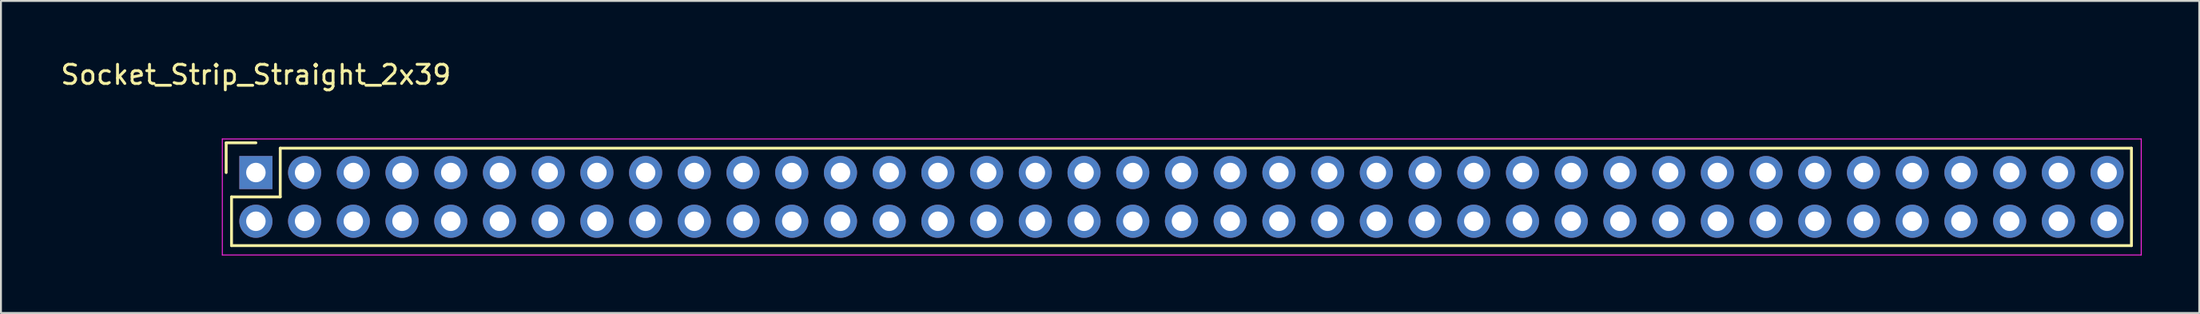
<source format=kicad_pcb>
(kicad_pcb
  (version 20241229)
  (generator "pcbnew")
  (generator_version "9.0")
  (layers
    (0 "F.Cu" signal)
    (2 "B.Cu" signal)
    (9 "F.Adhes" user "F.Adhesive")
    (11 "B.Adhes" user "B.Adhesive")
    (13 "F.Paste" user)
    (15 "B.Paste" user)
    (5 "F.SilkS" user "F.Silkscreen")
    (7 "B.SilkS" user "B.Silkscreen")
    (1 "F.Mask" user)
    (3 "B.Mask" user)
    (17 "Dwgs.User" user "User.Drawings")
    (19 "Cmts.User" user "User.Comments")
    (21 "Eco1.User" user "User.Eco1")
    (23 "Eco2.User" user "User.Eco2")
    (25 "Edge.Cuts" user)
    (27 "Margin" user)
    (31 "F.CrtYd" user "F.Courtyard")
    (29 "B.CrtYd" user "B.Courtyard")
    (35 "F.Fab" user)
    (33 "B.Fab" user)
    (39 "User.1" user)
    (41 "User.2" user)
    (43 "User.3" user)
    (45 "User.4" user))
  (footprint "Socket_Strip_Straight_2x39"
    (layer "F.Cu")
    (at 10.292 5.948)
    (property "Reference" "Socket_Strip_Straight_2x39" (at 0 -5.1 0) (layer "F.SilkS") (effects (font (size 1 1) (thickness 0.15))))
    (attr through_hole)
    (fp_line (start -1.55 -1.55) (end -1.55 0) (stroke (width 0.15) (type solid)) (layer "F.SilkS"))
    (fp_line (start -1.27 1.27) (end 1.27 1.27) (stroke (width 0.15) (type solid)) (layer "F.SilkS"))
    (fp_line (start -1.27 3.81) (end -1.27 1.27) (stroke (width 0.15) (type solid)) (layer "F.SilkS"))
    (fp_line (start -1.27 3.81) (end 97.79 3.81) (stroke (width 0.15) (type solid)) (layer "F.SilkS"))
    (fp_line (start 0 -1.55) (end -1.55 -1.55) (stroke (width 0.15) (type solid)) (layer "F.SilkS"))
    (fp_line (start 1.27 1.27) (end 1.27 -1.27) (stroke (width 0.15) (type solid)) (layer "F.SilkS"))
    (fp_line (start 97.79 -1.27) (end 1.27 -1.27) (stroke (width 0.15) (type solid)) (layer "F.SilkS"))
    (fp_line (start 97.79 3.81) (end 97.79 -1.27) (stroke (width 0.15) (type solid)) (layer "F.SilkS"))
    (fp_line (start -1.75 -1.75) (end -1.75 4.3) (stroke (width 0.05) (type solid)) (layer "F.CrtYd"))
    (fp_line (start -1.75 -1.75) (end 98.3 -1.75) (stroke (width 0.05) (type solid)) (layer "F.CrtYd"))
    (fp_line (start -1.75 4.3) (end 98.3 4.3) (stroke (width 0.05) (type solid)) (layer "F.CrtYd"))
    (fp_line (start 98.3 -1.75) (end 98.3 4.3) (stroke (width 0.05) (type solid)) (layer "F.CrtYd"))
    (pad "1" thru_hole rect (at 0 0) (size 1.727 1.727) (drill 1.016) (layers "*.Cu" "*.Mask"))
    (pad "2" thru_hole oval (at 0 2.54) (size 1.727 1.727) (drill 1.016) (layers "*.Cu" "*.Mask"))
    (pad "3" thru_hole oval (at 2.54 0) (size 1.727 1.727) (drill 1.016) (layers "*.Cu" "*.Mask"))
    (pad "4" thru_hole oval (at 2.54 2.54) (size 1.727 1.727) (drill 1.016) (layers "*.Cu" "*.Mask"))
    (pad "5" thru_hole oval (at 5.08 0) (size 1.727 1.727) (drill 1.016) (layers "*.Cu" "*.Mask"))
    (pad "6" thru_hole oval (at 5.08 2.54) (size 1.727 1.727) (drill 1.016) (layers "*.Cu" "*.Mask"))
    (pad "7" thru_hole oval (at 7.62 0) (size 1.727 1.727) (drill 1.016) (layers "*.Cu" "*.Mask"))
    (pad "8" thru_hole oval (at 7.62 2.54) (size 1.727 1.727) (drill 1.016) (layers "*.Cu" "*.Mask"))
    (pad "9" thru_hole oval (at 10.16 0) (size 1.727 1.727) (drill 1.016) (layers "*.Cu" "*.Mask"))
    (pad "10" thru_hole oval (at 10.16 2.54) (size 1.727 1.727) (drill 1.016) (layers "*.Cu" "*.Mask"))
    (pad "11" thru_hole oval (at 12.7 0) (size 1.727 1.727) (drill 1.016) (layers "*.Cu" "*.Mask"))
    (pad "12" thru_hole oval (at 12.7 2.54) (size 1.727 1.727) (drill 1.016) (layers "*.Cu" "*.Mask"))
    (pad "13" thru_hole oval (at 15.24 0) (size 1.727 1.727) (drill 1.016) (layers "*.Cu" "*.Mask"))
    (pad "14" thru_hole oval (at 15.24 2.54) (size 1.727 1.727) (drill 1.016) (layers "*.Cu" "*.Mask"))
    (pad "15" thru_hole oval (at 17.78 0) (size 1.727 1.727) (drill 1.016) (layers "*.Cu" "*.Mask"))
    (pad "16" thru_hole oval (at 17.78 2.54) (size 1.727 1.727) (drill 1.016) (layers "*.Cu" "*.Mask"))
    (pad "17" thru_hole oval (at 20.32 0) (size 1.727 1.727) (drill 1.016) (layers "*.Cu" "*.Mask"))
    (pad "18" thru_hole oval (at 20.32 2.54) (size 1.727 1.727) (drill 1.016) (layers "*.Cu" "*.Mask"))
    (pad "19" thru_hole oval (at 22.86 0) (size 1.727 1.727) (drill 1.016) (layers "*.Cu" "*.Mask"))
    (pad "20" thru_hole oval (at 22.86 2.54) (size 1.727 1.727) (drill 1.016) (layers "*.Cu" "*.Mask"))
    (pad "21" thru_hole oval (at 25.4 0) (size 1.727 1.727) (drill 1.016) (layers "*.Cu" "*.Mask"))
    (pad "22" thru_hole oval (at 25.4 2.54) (size 1.727 1.727) (drill 1.016) (layers "*.Cu" "*.Mask"))
    (pad "23" thru_hole oval (at 27.94 0) (size 1.727 1.727) (drill 1.016) (layers "*.Cu" "*.Mask"))
    (pad "24" thru_hole oval (at 27.94 2.54) (size 1.727 1.727) (drill 1.016) (layers "*.Cu" "*.Mask"))
    (pad "25" thru_hole oval (at 30.48 0) (size 1.727 1.727) (drill 1.016) (layers "*.Cu" "*.Mask"))
    (pad "26" thru_hole oval (at 30.48 2.54) (size 1.727 1.727) (drill 1.016) (layers "*.Cu" "*.Mask"))
    (pad "27" thru_hole oval (at 33.02 0) (size 1.727 1.727) (drill 1.016) (layers "*.Cu" "*.Mask"))
    (pad "28" thru_hole oval (at 33.02 2.54) (size 1.727 1.727) (drill 1.016) (layers "*.Cu" "*.Mask"))
    (pad "29" thru_hole oval (at 35.56 0) (size 1.727 1.727) (drill 1.016) (layers "*.Cu" "*.Mask"))
    (pad "30" thru_hole oval (at 35.56 2.54) (size 1.727 1.727) (drill 1.016) (layers "*.Cu" "*.Mask"))
    (pad "31" thru_hole oval (at 38.1 0) (size 1.727 1.727) (drill 1.016) (layers "*.Cu" "*.Mask"))
    (pad "32" thru_hole oval (at 38.1 2.54) (size 1.727 1.727) (drill 1.016) (layers "*.Cu" "*.Mask"))
    (pad "33" thru_hole oval (at 40.64 0) (size 1.727 1.727) (drill 1.016) (layers "*.Cu" "*.Mask"))
    (pad "34" thru_hole oval (at 40.64 2.54) (size 1.727 1.727) (drill 1.016) (layers "*.Cu" "*.Mask"))
    (pad "35" thru_hole oval (at 43.18 0) (size 1.727 1.727) (drill 1.016) (layers "*.Cu" "*.Mask"))
    (pad "36" thru_hole oval (at 43.18 2.54) (size 1.727 1.727) (drill 1.016) (layers "*.Cu" "*.Mask"))
    (pad "37" thru_hole oval (at 45.72 0) (size 1.727 1.727) (drill 1.016) (layers "*.Cu" "*.Mask"))
    (pad "38" thru_hole oval (at 45.72 2.54) (size 1.727 1.727) (drill 1.016) (layers "*.Cu" "*.Mask"))
    (pad "39" thru_hole oval (at 48.26 0) (size 1.727 1.727) (drill 1.016) (layers "*.Cu" "*.Mask"))
    (pad "40" thru_hole oval (at 48.26 2.54) (size 1.727 1.727) (drill 1.016) (layers "*.Cu" "*.Mask"))
    (pad "41" thru_hole oval (at 50.8 0) (size 1.727 1.727) (drill 1.016) (layers "*.Cu" "*.Mask"))
    (pad "42" thru_hole oval (at 50.8 2.54) (size 1.727 1.727) (drill 1.016) (layers "*.Cu" "*.Mask"))
    (pad "43" thru_hole oval (at 53.34 0) (size 1.727 1.727) (drill 1.016) (layers "*.Cu" "*.Mask"))
    (pad "44" thru_hole oval (at 53.34 2.54) (size 1.727 1.727) (drill 1.016) (layers "*.Cu" "*.Mask"))
    (pad "45" thru_hole oval (at 55.88 0) (size 1.727 1.727) (drill 1.016) (layers "*.Cu" "*.Mask"))
    (pad "46" thru_hole oval (at 55.88 2.54) (size 1.727 1.727) (drill 1.016) (layers "*.Cu" "*.Mask"))
    (pad "47" thru_hole oval (at 58.42 0) (size 1.727 1.727) (drill 1.016) (layers "*.Cu" "*.Mask"))
    (pad "48" thru_hole oval (at 58.42 2.54) (size 1.727 1.727) (drill 1.016) (layers "*.Cu" "*.Mask"))
    (pad "49" thru_hole oval (at 60.96 0) (size 1.727 1.727) (drill 1.016) (layers "*.Cu" "*.Mask"))
    (pad "50" thru_hole oval (at 60.96 2.54) (size 1.727 1.727) (drill 1.016) (layers "*.Cu" "*.Mask"))
    (pad "51" thru_hole oval (at 63.5 0) (size 1.727 1.727) (drill 1.016) (layers "*.Cu" "*.Mask"))
    (pad "52" thru_hole oval (at 63.5 2.54) (size 1.727 1.727) (drill 1.016) (layers "*.Cu" "*.Mask"))
    (pad "53" thru_hole oval (at 66.04 0) (size 1.727 1.727) (drill 1.016) (layers "*.Cu" "*.Mask"))
    (pad "54" thru_hole oval (at 66.04 2.54) (size 1.727 1.727) (drill 1.016) (layers "*.Cu" "*.Mask"))
    (pad "55" thru_hole oval (at 68.58 0) (size 1.727 1.727) (drill 1.016) (layers "*.Cu" "*.Mask"))
    (pad "56" thru_hole oval (at 68.58 2.54) (size 1.727 1.727) (drill 1.016) (layers "*.Cu" "*.Mask"))
    (pad "57" thru_hole oval (at 71.12 0) (size 1.727 1.727) (drill 1.016) (layers "*.Cu" "*.Mask"))
    (pad "58" thru_hole oval (at 71.12 2.54) (size 1.727 1.727) (drill 1.016) (layers "*.Cu" "*.Mask"))
    (pad "59" thru_hole oval (at 73.66 0) (size 1.727 1.727) (drill 1.016) (layers "*.Cu" "*.Mask"))
    (pad "60" thru_hole oval (at 73.66 2.54) (size 1.727 1.727) (drill 1.016) (layers "*.Cu" "*.Mask"))
    (pad "61" thru_hole oval (at 76.2 0) (size 1.727 1.727) (drill 1.016) (layers "*.Cu" "*.Mask"))
    (pad "62" thru_hole oval (at 76.2 2.54) (size 1.727 1.727) (drill 1.016) (layers "*.Cu" "*.Mask"))
    (pad "63" thru_hole oval (at 78.74 0) (size 1.727 1.727) (drill 1.016) (layers "*.Cu" "*.Mask"))
    (pad "64" thru_hole oval (at 78.74 2.54) (size 1.727 1.727) (drill 1.016) (layers "*.Cu" "*.Mask"))
    (pad "65" thru_hole oval (at 81.28 0) (size 1.727 1.727) (drill 1.016) (layers "*.Cu" "*.Mask"))
    (pad "66" thru_hole oval (at 81.28 2.54) (size 1.727 1.727) (drill 1.016) (layers "*.Cu" "*.Mask"))
    (pad "67" thru_hole oval (at 83.82 0) (size 1.727 1.727) (drill 1.016) (layers "*.Cu" "*.Mask"))
    (pad "68" thru_hole oval (at 83.82 2.54) (size 1.727 1.727) (drill 1.016) (layers "*.Cu" "*.Mask"))
    (pad "69" thru_hole oval (at 86.36 0) (size 1.727 1.727) (drill 1.016) (layers "*.Cu" "*.Mask"))
    (pad "70" thru_hole oval (at 86.36 2.54) (size 1.727 1.727) (drill 1.016) (layers "*.Cu" "*.Mask"))
    (pad "71" thru_hole oval (at 88.9 0) (size 1.727 1.727) (drill 1.016) (layers "*.Cu" "*.Mask"))
    (pad "72" thru_hole oval (at 88.9 2.54) (size 1.727 1.727) (drill 1.016) (layers "*.Cu" "*.Mask"))
    (pad "73" thru_hole oval (at 91.44 0) (size 1.727 1.727) (drill 1.016) (layers "*.Cu" "*.Mask"))
    (pad "74" thru_hole oval (at 91.44 2.54) (size 1.727 1.727) (drill 1.016) (layers "*.Cu" "*.Mask"))
    (pad "75" thru_hole oval (at 93.98 0) (size 1.727 1.727) (drill 1.016) (layers "*.Cu" "*.Mask"))
    (pad "76" thru_hole oval (at 93.98 2.54) (size 1.727 1.727) (drill 1.016) (layers "*.Cu" "*.Mask"))
    (pad "77" thru_hole oval (at 96.52 0) (size 1.727 1.727) (drill 1.016) (layers "*.Cu" "*.Mask"))
    (pad "78" thru_hole oval (at 96.52 2.54) (size 1.727 1.727) (drill 1.016) (layers "*.Cu" "*.Mask")))
  (gr_rect
    (start -3 -3)
    (end 111.617 13.273)
    (stroke (width 0.1) (type default))
    (fill no)
    (layer "Edge.Cuts")))
</source>
